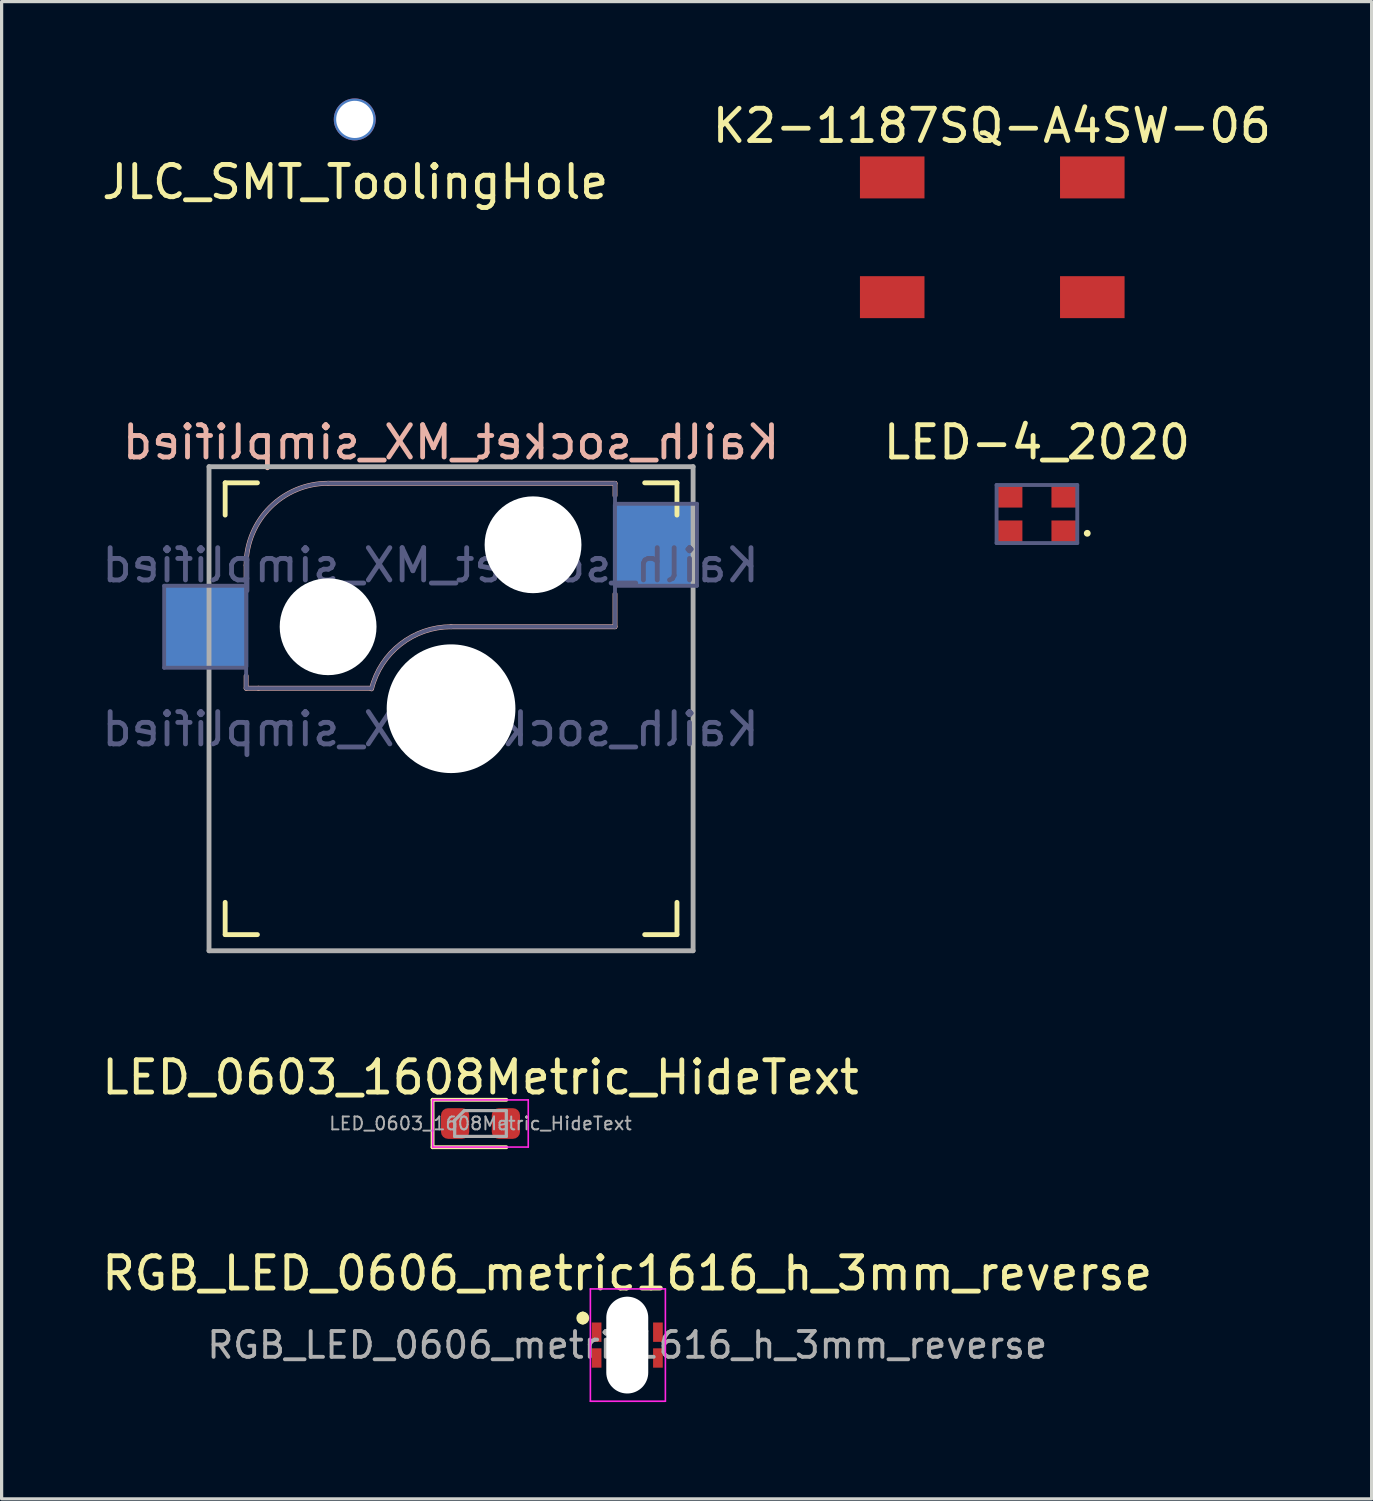
<source format=kicad_pcb>
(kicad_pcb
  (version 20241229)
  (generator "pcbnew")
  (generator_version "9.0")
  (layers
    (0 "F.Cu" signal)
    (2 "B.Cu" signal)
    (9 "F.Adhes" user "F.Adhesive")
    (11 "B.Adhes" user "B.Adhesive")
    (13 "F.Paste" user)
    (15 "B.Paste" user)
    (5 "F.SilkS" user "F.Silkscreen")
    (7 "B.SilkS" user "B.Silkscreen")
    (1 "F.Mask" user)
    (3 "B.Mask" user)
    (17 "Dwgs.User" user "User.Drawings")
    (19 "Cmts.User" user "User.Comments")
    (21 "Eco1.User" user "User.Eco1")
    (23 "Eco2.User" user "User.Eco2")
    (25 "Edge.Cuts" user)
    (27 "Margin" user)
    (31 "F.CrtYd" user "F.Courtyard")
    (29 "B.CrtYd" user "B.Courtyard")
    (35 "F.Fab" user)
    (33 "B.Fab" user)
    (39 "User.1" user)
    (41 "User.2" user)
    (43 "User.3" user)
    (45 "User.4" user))
  (footprint "K2-1187SQ-A4SW-06"
    (layer "F.Cu")
    (at 27.697 4.303)
    (property "Reference" "K2-1187SQ-A4SW-06" (at -0.013 -3.454 0) (layer "F.SilkS") (effects (font (size 1 1) (thickness 0.15))))
    (attr through_hole)
    (pad "1" smd rect (at -3.1 1.855) (size 2 1.3) (layers "F.Cu" "F.Mask" "F.Paste"))
    (pad "1" smd rect (at 3.1 1.855) (size 2 1.3) (layers "F.Cu" "F.Mask" "F.Paste"))
    (pad "2" smd rect (at -3.1 -1.855) (size 2 1.3) (layers "F.Cu" "F.Mask" "F.Paste"))
    (pad "2" smd rect (at 3.1 -1.855) (size 2 1.3) (layers "F.Cu" "F.Mask" "F.Paste")))
  (footprint "JLC_SMT_ToolingHole"
    (layer "F.Cu")
    (at 7.943 0.65)
    (property "Reference" "JLC_SMT_ToolingHole" (at 0.015 1.941 0) (layer "F.SilkS") (effects (font (size 1 1) (thickness 0.15))))
    (attr through_hole)
    (pad "" np_thru_hole circle (at 0 0) (size 1.3 1.3) (drill 1.152) (layers "*.Cu" "*.Mask")))
  (footprint "LED_0603_1608Metric_HideText"
    (layer "F.Cu")
    (at 11.839 31.764)
    (property "Reference" "LED_0603_1608Metric_HideText" (at 0 -1.43 0) (layer "F.SilkS") (effects (font (size 1 1) (thickness 0.15))))
    (attr smd)
    (fp_line (start -1.485 -0.735) (end -1.485 0.735) (stroke (width 0.12) (type solid)) (layer "F.SilkS"))
    (fp_line (start -1.485 0.735) (end 0.8 0.735) (stroke (width 0.12) (type solid)) (layer "F.SilkS"))
    (fp_line (start 0.8 -0.735) (end -1.485 -0.735) (stroke (width 0.12) (type solid)) (layer "F.SilkS"))
    (fp_line (start -1.48 -0.73) (end 1.48 -0.73) (stroke (width 0.05) (type solid)) (layer "F.CrtYd"))
    (fp_line (start -1.48 0.73) (end -1.48 -0.73) (stroke (width 0.05) (type solid)) (layer "F.CrtYd"))
    (fp_line (start 1.48 -0.73) (end 1.48 0.73) (stroke (width 0.05) (type solid)) (layer "F.CrtYd"))
    (fp_line (start 1.48 0.73) (end -1.48 0.73) (stroke (width 0.05) (type solid)) (layer "F.CrtYd"))
    (fp_line (start -0.8 -0.1) (end -0.8 0.4) (stroke (width 0.1) (type solid)) (layer "F.Fab"))
    (fp_line (start -0.8 0.4) (end 0.8 0.4) (stroke (width 0.1) (type solid)) (layer "F.Fab"))
    (fp_line (start -0.5 -0.4) (end -0.8 -0.1) (stroke (width 0.1) (type solid)) (layer "F.Fab"))
    (fp_line (start 0.8 -0.4) (end -0.5 -0.4) (stroke (width 0.1) (type solid)) (layer "F.Fab"))
    (fp_line (start 0.8 0.4) (end 0.8 -0.4) (stroke (width 0.1) (type solid)) (layer "F.Fab"))
    (fp_text user "${REFERENCE}" (at 0 0 0) (layer "F.Fab") (effects (font (size 0.4 0.4) (thickness 0.06))))
    (pad "1" smd roundrect (at -0.787 0) (size 0.875 0.95) (layers "F.Cu" "F.Mask" "F.Paste") (roundrect_rratio 0.25))
    (pad "2" smd roundrect (at 0.787 0) (size 0.875 0.95) (layers "F.Cu" "F.Mask" "F.Paste") (roundrect_rratio 0.25)))
  (footprint "Kailh_socket_MX_simplified"
    (layer "F.Cu")
    (at 10.927 18.911)
    (property "Reference" "Kailh_socket_MX_simplified" (at 0 -8.255 0) (layer "B.SilkS") (effects (font (size 1 1) (thickness 0.15)) (justify mirror)))
    (property "Value" "Kailh_socket_MX_simplified" (at 0 8.255 0) (layer "F.Fab") (hide yes) (effects (font (size 1 1) (thickness 0.15))))
    (attr smd)
    (fp_line (start -7 -6) (end -7 -7) (stroke (width 0.15) (type solid)) (layer "F.SilkS"))
    (fp_line (start -7 7) (end -7 6) (stroke (width 0.15) (type solid)) (layer "F.SilkS"))
    (fp_line (start -7 7) (end -6 7) (stroke (width 0.15) (type solid)) (layer "F.SilkS"))
    (fp_line (start -6 -7) (end -7 -7) (stroke (width 0.15) (type solid)) (layer "F.SilkS"))
    (fp_line (start 6 7) (end 7 7) (stroke (width 0.15) (type solid)) (layer "F.SilkS"))
    (fp_line (start 7 -7) (end 6 -7) (stroke (width 0.15) (type solid)) (layer "F.SilkS"))
    (fp_line (start 7 -7) (end 7 -6) (stroke (width 0.15) (type solid)) (layer "F.SilkS"))
    (fp_line (start 7 6) (end 7 7) (stroke (width 0.15) (type solid)) (layer "F.SilkS"))
    (fp_line (start -6.35 -4.445) (end -6.35 -4.064) (stroke (width 0.15) (type solid)) (layer "B.SilkS"))
    (fp_line (start -6.35 -1.016) (end -6.35 -0.635) (stroke (width 0.15) (type solid)) (layer "B.SilkS"))
    (fp_line (start -5.969 -0.635) (end -6.35 -0.635) (stroke (width 0.15) (type solid)) (layer "B.SilkS"))
    (fp_line (start -3.81 -6.985) (end 5.08 -6.985) (stroke (width 0.15) (type solid)) (layer "B.SilkS"))
    (fp_line (start -2.464 -0.635) (end -5.969 -0.635) (stroke (width 0.15) (type solid)) (layer "B.SilkS"))
    (fp_line (start 5.08 -6.985) (end 5.08 -6.604) (stroke (width 0.15) (type solid)) (layer "B.SilkS"))
    (fp_line (start 5.08 -3.556) (end 5.08 -2.54) (stroke (width 0.15) (type solid)) (layer "B.SilkS"))
    (fp_line (start 5.08 -2.54) (end 0 -2.54) (stroke (width 0.15) (type solid)) (layer "B.SilkS"))
    (fp_arc (start -6.35 -4.445) (mid -5.606051 -6.241051) (end -3.81 -6.985) (stroke (width 0.15) (type solid)) (layer "B.SilkS"))
    (fp_arc (start -2.464162 -0.61604) (mid -1.563147 -2.002042) (end 0 -2.54) (stroke (width 0.15) (type solid)) (layer "B.SilkS"))
    (fp_line (start -6.9 6.9) (end -6.9 -6.9) (stroke (width 0.15) (type solid)) (layer "Eco2.User"))
    (fp_line (start -6.9 6.9) (end 6.9 6.9) (stroke (width 0.15) (type solid)) (layer "Eco2.User"))
    (fp_line (start 6.9 -6.9) (end -6.9 -6.9) (stroke (width 0.15) (type solid)) (layer "Eco2.User"))
    (fp_line (start 6.9 -6.9) (end 6.9 6.9) (stroke (width 0.15) (type solid)) (layer "Eco2.User"))
    (fp_line (start -8.89 -3.81) (end -6.35 -3.81) (stroke (width 0.12) (type solid)) (layer "B.Fab"))
    (fp_line (start -8.89 -1.27) (end -8.89 -3.81) (stroke (width 0.12) (type solid)) (layer "B.Fab"))
    (fp_line (start -6.35 -1.27) (end -8.89 -1.27) (stroke (width 0.12) (type solid)) (layer "B.Fab"))
    (fp_line (start -6.35 -0.635) (end -6.35 -4.445) (stroke (width 0.12) (type solid)) (layer "B.Fab"))
    (fp_line (start -6.35 -0.635) (end -2.54 -0.635) (stroke (width 0.12) (type solid)) (layer "B.Fab"))
    (fp_line (start -3.81 -6.985) (end 5.08 -6.985) (stroke (width 0.12) (type solid)) (layer "B.Fab"))
    (fp_line (start 5.08 -6.985) (end 5.08 -2.54) (stroke (width 0.12) (type solid)) (layer "B.Fab"))
    (fp_line (start 5.08 -6.35) (end 7.62 -6.35) (stroke (width 0.12) (type solid)) (layer "B.Fab"))
    (fp_line (start 5.08 -2.54) (end 0 -2.54) (stroke (width 0.12) (type solid)) (layer "B.Fab"))
    (fp_line (start 7.62 -6.35) (end 7.62 -3.81) (stroke (width 0.12) (type solid)) (layer "B.Fab"))
    (fp_line (start 7.62 -3.81) (end 5.08 -3.81) (stroke (width 0.12) (type solid)) (layer "B.Fab"))
    (fp_arc (start -6.35 -4.445) (mid -5.606051 -6.241051) (end -3.81 -6.985) (stroke (width 0.12) (type solid)) (layer "B.Fab"))
    (fp_arc (start -2.464162 -0.61604) (mid -1.563147 -2.002042) (end 0 -2.54) (stroke (width 0.12) (type solid)) (layer "B.Fab"))
    (fp_line (start -7.5 -7.5) (end 7.5 -7.5) (stroke (width 0.15) (type solid)) (layer "F.Fab"))
    (fp_line (start -7.5 7.5) (end -7.5 -7.5) (stroke (width 0.15) (type solid)) (layer "F.Fab"))
    (fp_line (start 7.5 -7.5) (end 7.5 7.5) (stroke (width 0.15) (type solid)) (layer "F.Fab"))
    (fp_line (start 7.5 7.5) (end -7.5 7.5) (stroke (width 0.15) (type solid)) (layer "F.Fab"))
    (fp_text user "${REFERENCE}" (at -0.635 -4.445 0) (layer "B.Fab") (effects (font (size 1 1) (thickness 0.15)) (justify mirror)))
    (fp_text user "${VALUE}" (at -0.635 0.635 0) (layer "B.Fab") (effects (font (size 1 1) (thickness 0.15)) (justify mirror)))
    (pad "" np_thru_hole circle (at -3.81 -2.54) (size 3 3) (drill 3) (layers "*.Cu" "*.Mask"))
    (pad "" np_thru_hole circle (at 0 0) (size 3.988 3.988) (drill 3.988) (layers "*.Cu" "*.Mask"))
    (pad "" np_thru_hole circle (at 2.54 -5.08) (size 3 3) (drill 3) (layers "*.Cu" "*.Mask"))
    (pad "1" smd rect (at 6.29 -5.08) (size 2.55 2.5) (layers "B.Cu" "B.Mask" "B.Paste"))
    (pad "2" smd rect (at -7.56 -2.54) (size 2.55 2.5) (layers "B.Cu" "B.Mask" "B.Paste")))
  (footprint "RGB_LED_0606_metric1616_h_3mm_reverse"
    (layer "F.Cu")
    (at 16.387 38.63)
    (property "Reference" "RGB_LED_0606_metric1616_h_3mm_reverse" (at 0 -2.223 0) (layer "F.SilkS") (effects (font (size 1 1) (thickness 0.15))))
    (attr smd)
    (fp_arc (start -1.378 -0.9375) (mid -1.278 -0.8375) (end -1.378 -0.7375) (stroke (width 0.2) (type solid)) (layer "F.SilkS"))
    (fp_arc (start -1.378 -0.7375) (mid -1.478 -0.8375) (end -1.378 -0.9375) (stroke (width 0.2) (type solid)) (layer "F.SilkS"))
    (fp_line (start -1.143 -1.74) (end 1.181 -1.74) (stroke (width 0.05) (type solid)) (layer "F.CrtYd"))
    (fp_line (start -1.143 1.74) (end -1.143 -1.74) (stroke (width 0.05) (type solid)) (layer "F.CrtYd"))
    (fp_line (start 1.181 -1.74) (end 1.181 1.74) (stroke (width 0.05) (type solid)) (layer "F.CrtYd"))
    (fp_line (start 1.181 1.74) (end -1.143 1.74) (stroke (width 0.05) (type solid)) (layer "F.CrtYd"))
    (fp_text user "${REFERENCE}" (at 0 0 0) (layer "F.Fab") (effects (font (size 0.8 0.8) (thickness 0.12))))
    (pad "" np_thru_hole oval (at 0 0) (size 1.3 3) (drill oval 1.3 3) (layers "*.Cu" "*.Mask"))
    (pad "1" smd rect (at -0.95 0.4) (size 0.3 0.6) (layers "F.Cu" "F.Mask" "F.Paste"))
    (pad "2" smd rect (at -0.95 -0.4) (size 0.3 0.6) (layers "F.Cu" "F.Mask" "F.Paste"))
    (pad "3" smd rect (at 0.95 -0.4) (size 0.3 0.6) (layers "F.Cu" "F.Mask" "F.Paste"))
    (pad "4" smd rect (at 0.95 0.4) (size 0.3 0.6) (layers "F.Cu" "F.Mask" "F.Paste")))
  (footprint "LED-4_2020"
    (layer "F.Cu")
    (at 29.081 12.878)
    (property "Reference" "LED-4_2020" (at 0 -2.223 0) (layer "F.SilkS") (effects (font (size 1 1) (thickness 0.15))))
    (attr through_hole)
    (fp_arc (start 1.60556 0.596901) (mid 1.51363 0.599443) (end 1.605279 0.591821) (stroke (width 0.12) (type solid)) (layer "F.SilkS"))
    (fp_line (start -1.25 -0.9) (end -1.25 0.9) (stroke (width 0.12) (type solid)) (layer "B.Fab"))
    (fp_line (start 1.25 -0.9) (end -1.25 -0.9) (stroke (width 0.12) (type solid)) (layer "B.Fab"))
    (fp_line (start 1.25 0.9) (end -1.25 0.9) (stroke (width 0.12) (type solid)) (layer "B.Fab"))
    (fp_line (start 1.25 0.9) (end 1.25 -0.9) (stroke (width 0.12) (type solid)) (layer "B.Fab"))
    (pad "1" smd rect (at 0.85 0.55) (size 0.8 0.7) (layers "F.Cu" "F.Mask" "F.Paste"))
    (pad "2" smd rect (at -0.85 -0.55) (size 0.8 0.7) (layers "F.Cu" "F.Mask" "F.Paste"))
    (pad "3" smd rect (at 0.85 -0.55) (size 0.8 0.7) (layers "F.Cu" "F.Mask" "F.Paste"))
    (pad "4" smd rect (at -0.85 0.55) (size 0.8 0.7) (layers "F.Cu" "F.Mask" "F.Paste")))
  (gr_rect
    (start -3 -3)
    (end 39.452 43.395)
    (stroke (width 0.1) (type default))
    (fill no)
    (layer "Edge.Cuts")))
</source>
